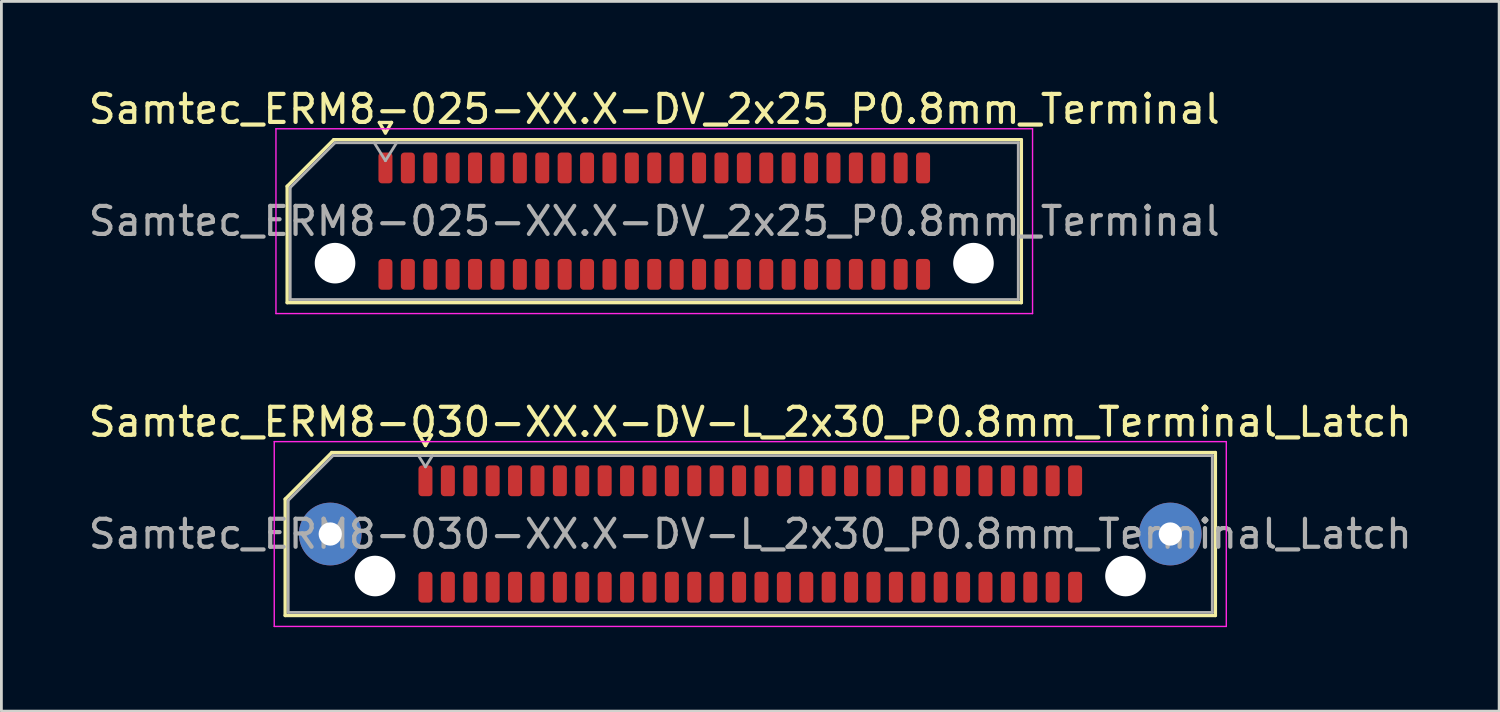
<source format=kicad_pcb>
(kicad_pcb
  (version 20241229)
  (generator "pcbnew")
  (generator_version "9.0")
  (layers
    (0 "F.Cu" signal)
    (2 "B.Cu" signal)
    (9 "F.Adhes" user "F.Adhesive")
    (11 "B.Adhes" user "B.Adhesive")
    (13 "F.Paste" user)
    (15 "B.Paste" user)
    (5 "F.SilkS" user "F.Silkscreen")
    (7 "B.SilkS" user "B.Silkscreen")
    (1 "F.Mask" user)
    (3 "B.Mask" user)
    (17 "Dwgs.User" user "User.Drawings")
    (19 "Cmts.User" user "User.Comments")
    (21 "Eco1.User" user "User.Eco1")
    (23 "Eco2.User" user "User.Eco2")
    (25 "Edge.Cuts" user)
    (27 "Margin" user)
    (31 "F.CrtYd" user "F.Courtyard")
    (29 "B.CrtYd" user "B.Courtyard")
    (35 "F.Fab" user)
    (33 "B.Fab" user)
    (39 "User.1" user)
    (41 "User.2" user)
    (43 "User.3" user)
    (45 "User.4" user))
  (footprint "Samtec_ERM8-025-XX.X-DV_2x25_P0.8mm_Terminal"
    (layer "F.Cu")
    (at 20.315 4.848)
    (property "Reference" "Samtec_ERM8-025-XX.X-DV_2x25_P0.8mm_Terminal" (at 0 -4 0) (layer "F.SilkS") (effects (font (size 1 1) (thickness 0.15))))
    (attr smd)
    (fp_line (start -13.11 -1.246) (end -11.446 -2.91) (stroke (width 0.12) (type solid)) (layer "F.SilkS"))
    (fp_line (start -13.11 2.91) (end -13.11 -1.246) (stroke (width 0.12) (type solid)) (layer "F.SilkS"))
    (fp_line (start -11.446 -2.91) (end 13.11 -2.91) (stroke (width 0.12) (type solid)) (layer "F.SilkS"))
    (fp_line (start -9.817 -3.525) (end -9.6 -3.15) (stroke (width 0.12) (type solid)) (layer "F.SilkS"))
    (fp_line (start -9.6 -3.15) (end -9.383 -3.525) (stroke (width 0.12) (type solid)) (layer "F.SilkS"))
    (fp_line (start -9.383 -3.525) (end -9.817 -3.525) (stroke (width 0.12) (type solid)) (layer "F.SilkS"))
    (fp_line (start 13.11 -2.91) (end 13.11 2.91) (stroke (width 0.12) (type solid)) (layer "F.SilkS"))
    (fp_line (start 13.11 2.91) (end -13.11 2.91) (stroke (width 0.12) (type solid)) (layer "F.SilkS"))
    (fp_line (start -13.51 -3.3) (end -13.51 3.3) (stroke (width 0.05) (type solid)) (layer "F.CrtYd"))
    (fp_line (start -13.51 3.3) (end 13.51 3.3) (stroke (width 0.05) (type solid)) (layer "F.CrtYd"))
    (fp_line (start 13.51 -3.3) (end -13.51 -3.3) (stroke (width 0.05) (type solid)) (layer "F.CrtYd"))
    (fp_line (start 13.51 3.3) (end 13.51 -3.3) (stroke (width 0.05) (type solid)) (layer "F.CrtYd"))
    (fp_line (start -13 -1.2) (end -11.4 -2.8) (stroke (width 0.1) (type solid)) (layer "F.Fab"))
    (fp_line (start -13 2.8) (end -13 -1.2) (stroke (width 0.1) (type solid)) (layer "F.Fab"))
    (fp_line (start -11.4 -2.8) (end 13 -2.8) (stroke (width 0.1) (type solid)) (layer "F.Fab"))
    (fp_line (start -10 -2.8) (end -9.6 -2.16) (stroke (width 0.1) (type solid)) (layer "F.Fab"))
    (fp_line (start -9.6 -2.16) (end -9.2 -2.8) (stroke (width 0.1) (type solid)) (layer "F.Fab"))
    (fp_line (start 13 -2.8) (end 13 2.8) (stroke (width 0.1) (type solid)) (layer "F.Fab"))
    (fp_line (start 13 2.8) (end -13 2.8) (stroke (width 0.1) (type solid)) (layer "F.Fab"))
    (fp_text user "${REFERENCE}" (at 0 0 0) (layer "F.Fab") (effects (font (size 1 1) (thickness 0.15))))
    (pad "" np_thru_hole circle (at -11.4 1.5) (size 1.45 1.45) (drill 1.45) (layers "*.Cu" "*.Mask"))
    (pad "" np_thru_hole circle (at 11.4 1.5) (size 1.45 1.45) (drill 1.45) (layers "*.Cu" "*.Mask"))
    (pad "1" smd roundrect (at -9.6 -1.9) (size 0.5 1.1) (layers "F.Cu" "F.Mask" "F.Paste") (roundrect_rratio 0.25))
    (pad "2" smd roundrect (at -9.6 1.9) (size 0.5 1.1) (layers "F.Cu" "F.Mask" "F.Paste") (roundrect_rratio 0.25))
    (pad "3" smd roundrect (at -8.8 -1.9) (size 0.5 1.1) (layers "F.Cu" "F.Mask" "F.Paste") (roundrect_rratio 0.25))
    (pad "4" smd roundrect (at -8.8 1.9) (size 0.5 1.1) (layers "F.Cu" "F.Mask" "F.Paste") (roundrect_rratio 0.25))
    (pad "5" smd roundrect (at -8 -1.9) (size 0.5 1.1) (layers "F.Cu" "F.Mask" "F.Paste") (roundrect_rratio 0.25))
    (pad "6" smd roundrect (at -8 1.9) (size 0.5 1.1) (layers "F.Cu" "F.Mask" "F.Paste") (roundrect_rratio 0.25))
    (pad "7" smd roundrect (at -7.2 -1.9) (size 0.5 1.1) (layers "F.Cu" "F.Mask" "F.Paste") (roundrect_rratio 0.25))
    (pad "8" smd roundrect (at -7.2 1.9) (size 0.5 1.1) (layers "F.Cu" "F.Mask" "F.Paste") (roundrect_rratio 0.25))
    (pad "9" smd roundrect (at -6.4 -1.9) (size 0.5 1.1) (layers "F.Cu" "F.Mask" "F.Paste") (roundrect_rratio 0.25))
    (pad "10" smd roundrect (at -6.4 1.9) (size 0.5 1.1) (layers "F.Cu" "F.Mask" "F.Paste") (roundrect_rratio 0.25))
    (pad "11" smd roundrect (at -5.6 -1.9) (size 0.5 1.1) (layers "F.Cu" "F.Mask" "F.Paste") (roundrect_rratio 0.25))
    (pad "12" smd roundrect (at -5.6 1.9) (size 0.5 1.1) (layers "F.Cu" "F.Mask" "F.Paste") (roundrect_rratio 0.25))
    (pad "13" smd roundrect (at -4.8 -1.9) (size 0.5 1.1) (layers "F.Cu" "F.Mask" "F.Paste") (roundrect_rratio 0.25))
    (pad "14" smd roundrect (at -4.8 1.9) (size 0.5 1.1) (layers "F.Cu" "F.Mask" "F.Paste") (roundrect_rratio 0.25))
    (pad "15" smd roundrect (at -4 -1.9) (size 0.5 1.1) (layers "F.Cu" "F.Mask" "F.Paste") (roundrect_rratio 0.25))
    (pad "16" smd roundrect (at -4 1.9) (size 0.5 1.1) (layers "F.Cu" "F.Mask" "F.Paste") (roundrect_rratio 0.25))
    (pad "17" smd roundrect (at -3.2 -1.9) (size 0.5 1.1) (layers "F.Cu" "F.Mask" "F.Paste") (roundrect_rratio 0.25))
    (pad "18" smd roundrect (at -3.2 1.9) (size 0.5 1.1) (layers "F.Cu" "F.Mask" "F.Paste") (roundrect_rratio 0.25))
    (pad "19" smd roundrect (at -2.4 -1.9) (size 0.5 1.1) (layers "F.Cu" "F.Mask" "F.Paste") (roundrect_rratio 0.25))
    (pad "20" smd roundrect (at -2.4 1.9) (size 0.5 1.1) (layers "F.Cu" "F.Mask" "F.Paste") (roundrect_rratio 0.25))
    (pad "21" smd roundrect (at -1.6 -1.9) (size 0.5 1.1) (layers "F.Cu" "F.Mask" "F.Paste") (roundrect_rratio 0.25))
    (pad "22" smd roundrect (at -1.6 1.9) (size 0.5 1.1) (layers "F.Cu" "F.Mask" "F.Paste") (roundrect_rratio 0.25))
    (pad "23" smd roundrect (at -0.8 -1.9) (size 0.5 1.1) (layers "F.Cu" "F.Mask" "F.Paste") (roundrect_rratio 0.25))
    (pad "24" smd roundrect (at -0.8 1.9) (size 0.5 1.1) (layers "F.Cu" "F.Mask" "F.Paste") (roundrect_rratio 0.25))
    (pad "25" smd roundrect (at 0 -1.9) (size 0.5 1.1) (layers "F.Cu" "F.Mask" "F.Paste") (roundrect_rratio 0.25))
    (pad "26" smd roundrect (at 0 1.9) (size 0.5 1.1) (layers "F.Cu" "F.Mask" "F.Paste") (roundrect_rratio 0.25))
    (pad "27" smd roundrect (at 0.8 -1.9) (size 0.5 1.1) (layers "F.Cu" "F.Mask" "F.Paste") (roundrect_rratio 0.25))
    (pad "28" smd roundrect (at 0.8 1.9) (size 0.5 1.1) (layers "F.Cu" "F.Mask" "F.Paste") (roundrect_rratio 0.25))
    (pad "29" smd roundrect (at 1.6 -1.9) (size 0.5 1.1) (layers "F.Cu" "F.Mask" "F.Paste") (roundrect_rratio 0.25))
    (pad "30" smd roundrect (at 1.6 1.9) (size 0.5 1.1) (layers "F.Cu" "F.Mask" "F.Paste") (roundrect_rratio 0.25))
    (pad "31" smd roundrect (at 2.4 -1.9) (size 0.5 1.1) (layers "F.Cu" "F.Mask" "F.Paste") (roundrect_rratio 0.25))
    (pad "32" smd roundrect (at 2.4 1.9) (size 0.5 1.1) (layers "F.Cu" "F.Mask" "F.Paste") (roundrect_rratio 0.25))
    (pad "33" smd roundrect (at 3.2 -1.9) (size 0.5 1.1) (layers "F.Cu" "F.Mask" "F.Paste") (roundrect_rratio 0.25))
    (pad "34" smd roundrect (at 3.2 1.9) (size 0.5 1.1) (layers "F.Cu" "F.Mask" "F.Paste") (roundrect_rratio 0.25))
    (pad "35" smd roundrect (at 4 -1.9) (size 0.5 1.1) (layers "F.Cu" "F.Mask" "F.Paste") (roundrect_rratio 0.25))
    (pad "36" smd roundrect (at 4 1.9) (size 0.5 1.1) (layers "F.Cu" "F.Mask" "F.Paste") (roundrect_rratio 0.25))
    (pad "37" smd roundrect (at 4.8 -1.9) (size 0.5 1.1) (layers "F.Cu" "F.Mask" "F.Paste") (roundrect_rratio 0.25))
    (pad "38" smd roundrect (at 4.8 1.9) (size 0.5 1.1) (layers "F.Cu" "F.Mask" "F.Paste") (roundrect_rratio 0.25))
    (pad "39" smd roundrect (at 5.6 -1.9) (size 0.5 1.1) (layers "F.Cu" "F.Mask" "F.Paste") (roundrect_rratio 0.25))
    (pad "40" smd roundrect (at 5.6 1.9) (size 0.5 1.1) (layers "F.Cu" "F.Mask" "F.Paste") (roundrect_rratio 0.25))
    (pad "41" smd roundrect (at 6.4 -1.9) (size 0.5 1.1) (layers "F.Cu" "F.Mask" "F.Paste") (roundrect_rratio 0.25))
    (pad "42" smd roundrect (at 6.4 1.9) (size 0.5 1.1) (layers "F.Cu" "F.Mask" "F.Paste") (roundrect_rratio 0.25))
    (pad "43" smd roundrect (at 7.2 -1.9) (size 0.5 1.1) (layers "F.Cu" "F.Mask" "F.Paste") (roundrect_rratio 0.25))
    (pad "44" smd roundrect (at 7.2 1.9) (size 0.5 1.1) (layers "F.Cu" "F.Mask" "F.Paste") (roundrect_rratio 0.25))
    (pad "45" smd roundrect (at 8 -1.9) (size 0.5 1.1) (layers "F.Cu" "F.Mask" "F.Paste") (roundrect_rratio 0.25))
    (pad "46" smd roundrect (at 8 1.9) (size 0.5 1.1) (layers "F.Cu" "F.Mask" "F.Paste") (roundrect_rratio 0.25))
    (pad "47" smd roundrect (at 8.8 -1.9) (size 0.5 1.1) (layers "F.Cu" "F.Mask" "F.Paste") (roundrect_rratio 0.25))
    (pad "48" smd roundrect (at 8.8 1.9) (size 0.5 1.1) (layers "F.Cu" "F.Mask" "F.Paste") (roundrect_rratio 0.25))
    (pad "49" smd roundrect (at 9.6 -1.9) (size 0.5 1.1) (layers "F.Cu" "F.Mask" "F.Paste") (roundrect_rratio 0.25))
    (pad "50" smd roundrect (at 9.6 1.9) (size 0.5 1.1) (layers "F.Cu" "F.Mask" "F.Paste") (roundrect_rratio 0.25)))
  (footprint "Samtec_ERM8-030-XX.X-DV-L_2x30_P0.8mm_Terminal_Latch"
    (layer "F.Cu")
    (at 23.744 16.021)
    (property "Reference" "Samtec_ERM8-030-XX.X-DV-L_2x30_P0.8mm_Terminal_Latch" (at 0 -4 0) (layer "F.SilkS") (effects (font (size 1 1) (thickness 0.15))))
    (attr smd)
    (fp_line (start -16.61 -1.246) (end -14.946 -2.91) (stroke (width 0.12) (type solid)) (layer "F.SilkS"))
    (fp_line (start -16.61 2.91) (end -16.61 -1.246) (stroke (width 0.12) (type solid)) (layer "F.SilkS"))
    (fp_line (start -14.946 -2.91) (end 16.61 -2.91) (stroke (width 0.12) (type solid)) (layer "F.SilkS"))
    (fp_line (start -11.817 -3.535) (end -11.6 -3.16) (stroke (width 0.12) (type solid)) (layer "F.SilkS"))
    (fp_line (start -11.6 -3.16) (end -11.383 -3.535) (stroke (width 0.12) (type solid)) (layer "F.SilkS"))
    (fp_line (start -11.383 -3.535) (end -11.817 -3.535) (stroke (width 0.12) (type solid)) (layer "F.SilkS"))
    (fp_line (start 16.61 -2.91) (end 16.61 2.91) (stroke (width 0.12) (type solid)) (layer "F.SilkS"))
    (fp_line (start 16.61 2.91) (end -16.61 2.91) (stroke (width 0.12) (type solid)) (layer "F.SilkS"))
    (fp_line (start -17 -3.3) (end -17 3.3) (stroke (width 0.05) (type solid)) (layer "F.CrtYd"))
    (fp_line (start -17 3.3) (end 17 3.3) (stroke (width 0.05) (type solid)) (layer "F.CrtYd"))
    (fp_line (start 17 -3.3) (end -17 -3.3) (stroke (width 0.05) (type solid)) (layer "F.CrtYd"))
    (fp_line (start 17 3.3) (end 17 -3.3) (stroke (width 0.05) (type solid)) (layer "F.CrtYd"))
    (fp_line (start -16.5 -1.2) (end -14.9 -2.8) (stroke (width 0.1) (type solid)) (layer "F.Fab"))
    (fp_line (start -16.5 2.8) (end -16.5 -1.2) (stroke (width 0.1) (type solid)) (layer "F.Fab"))
    (fp_line (start -14.9 -2.8) (end 16.5 -2.8) (stroke (width 0.1) (type solid)) (layer "F.Fab"))
    (fp_line (start -11.6 -2.4) (end -11.85 -2.8) (stroke (width 0.1) (type solid)) (layer "F.Fab"))
    (fp_line (start -11.6 -2.4) (end -11.35 -2.8) (stroke (width 0.1) (type solid)) (layer "F.Fab"))
    (fp_line (start 16.5 -2.8) (end 16.5 2.8) (stroke (width 0.1) (type solid)) (layer "F.Fab"))
    (fp_line (start 16.5 2.8) (end -16.5 2.8) (stroke (width 0.1) (type solid)) (layer "F.Fab"))
    (fp_text user "${REFERENCE}" (at 0 0 0) (layer "F.Fab") (effects (font (size 1 1) (thickness 0.15))))
    (pad "" thru_hole circle (at -15 0) (size 2.24 2.24) (drill 0.83) (layers "*.Cu" "*.Mask" "F.Paste"))
    (pad "" np_thru_hole circle (at -13.4 1.5) (size 1.45 1.45) (drill 1.45) (layers "*.Cu" "*.Mask"))
    (pad "" np_thru_hole circle (at 13.4 1.5) (size 1.45 1.45) (drill 1.45) (layers "*.Cu" "*.Mask"))
    (pad "" thru_hole circle (at 15 0) (size 2.24 2.24) (drill 0.83) (layers "*.Cu" "*.Mask" "F.Paste"))
    (pad "1" smd roundrect (at -11.6 -1.9) (size 0.5 1.1) (layers "F.Cu" "F.Mask" "F.Paste") (roundrect_rratio 0.25))
    (pad "2" smd roundrect (at -11.6 1.9) (size 0.5 1.1) (layers "F.Cu" "F.Mask" "F.Paste") (roundrect_rratio 0.25))
    (pad "3" smd roundrect (at -10.8 -1.9) (size 0.5 1.1) (layers "F.Cu" "F.Mask" "F.Paste") (roundrect_rratio 0.25))
    (pad "4" smd roundrect (at -10.8 1.9) (size 0.5 1.1) (layers "F.Cu" "F.Mask" "F.Paste") (roundrect_rratio 0.25))
    (pad "5" smd roundrect (at -10 -1.9) (size 0.5 1.1) (layers "F.Cu" "F.Mask" "F.Paste") (roundrect_rratio 0.25))
    (pad "6" smd roundrect (at -10 1.9) (size 0.5 1.1) (layers "F.Cu" "F.Mask" "F.Paste") (roundrect_rratio 0.25))
    (pad "7" smd roundrect (at -9.2 -1.9) (size 0.5 1.1) (layers "F.Cu" "F.Mask" "F.Paste") (roundrect_rratio 0.25))
    (pad "8" smd roundrect (at -9.2 1.9) (size 0.5 1.1) (layers "F.Cu" "F.Mask" "F.Paste") (roundrect_rratio 0.25))
    (pad "9" smd roundrect (at -8.4 -1.9) (size 0.5 1.1) (layers "F.Cu" "F.Mask" "F.Paste") (roundrect_rratio 0.25))
    (pad "10" smd roundrect (at -8.4 1.9) (size 0.5 1.1) (layers "F.Cu" "F.Mask" "F.Paste") (roundrect_rratio 0.25))
    (pad "11" smd roundrect (at -7.6 -1.9) (size 0.5 1.1) (layers "F.Cu" "F.Mask" "F.Paste") (roundrect_rratio 0.25))
    (pad "12" smd roundrect (at -7.6 1.9) (size 0.5 1.1) (layers "F.Cu" "F.Mask" "F.Paste") (roundrect_rratio 0.25))
    (pad "13" smd roundrect (at -6.8 -1.9) (size 0.5 1.1) (layers "F.Cu" "F.Mask" "F.Paste") (roundrect_rratio 0.25))
    (pad "14" smd roundrect (at -6.8 1.9) (size 0.5 1.1) (layers "F.Cu" "F.Mask" "F.Paste") (roundrect_rratio 0.25))
    (pad "15" smd roundrect (at -6 -1.9) (size 0.5 1.1) (layers "F.Cu" "F.Mask" "F.Paste") (roundrect_rratio 0.25))
    (pad "16" smd roundrect (at -6 1.9) (size 0.5 1.1) (layers "F.Cu" "F.Mask" "F.Paste") (roundrect_rratio 0.25))
    (pad "17" smd roundrect (at -5.2 -1.9) (size 0.5 1.1) (layers "F.Cu" "F.Mask" "F.Paste") (roundrect_rratio 0.25))
    (pad "18" smd roundrect (at -5.2 1.9) (size 0.5 1.1) (layers "F.Cu" "F.Mask" "F.Paste") (roundrect_rratio 0.25))
    (pad "19" smd roundrect (at -4.4 -1.9) (size 0.5 1.1) (layers "F.Cu" "F.Mask" "F.Paste") (roundrect_rratio 0.25))
    (pad "20" smd roundrect (at -4.4 1.9) (size 0.5 1.1) (layers "F.Cu" "F.Mask" "F.Paste") (roundrect_rratio 0.25))
    (pad "21" smd roundrect (at -3.6 -1.9) (size 0.5 1.1) (layers "F.Cu" "F.Mask" "F.Paste") (roundrect_rratio 0.25))
    (pad "22" smd roundrect (at -3.6 1.9) (size 0.5 1.1) (layers "F.Cu" "F.Mask" "F.Paste") (roundrect_rratio 0.25))
    (pad "23" smd roundrect (at -2.8 -1.9) (size 0.5 1.1) (layers "F.Cu" "F.Mask" "F.Paste") (roundrect_rratio 0.25))
    (pad "24" smd roundrect (at -2.8 1.9) (size 0.5 1.1) (layers "F.Cu" "F.Mask" "F.Paste") (roundrect_rratio 0.25))
    (pad "25" smd roundrect (at -2 -1.9) (size 0.5 1.1) (layers "F.Cu" "F.Mask" "F.Paste") (roundrect_rratio 0.25))
    (pad "26" smd roundrect (at -2 1.9) (size 0.5 1.1) (layers "F.Cu" "F.Mask" "F.Paste") (roundrect_rratio 0.25))
    (pad "27" smd roundrect (at -1.2 -1.9) (size 0.5 1.1) (layers "F.Cu" "F.Mask" "F.Paste") (roundrect_rratio 0.25))
    (pad "28" smd roundrect (at -1.2 1.9) (size 0.5 1.1) (layers "F.Cu" "F.Mask" "F.Paste") (roundrect_rratio 0.25))
    (pad "29" smd roundrect (at -0.4 -1.9) (size 0.5 1.1) (layers "F.Cu" "F.Mask" "F.Paste") (roundrect_rratio 0.25))
    (pad "30" smd roundrect (at -0.4 1.9) (size 0.5 1.1) (layers "F.Cu" "F.Mask" "F.Paste") (roundrect_rratio 0.25))
    (pad "31" smd roundrect (at 0.4 -1.9) (size 0.5 1.1) (layers "F.Cu" "F.Mask" "F.Paste") (roundrect_rratio 0.25))
    (pad "32" smd roundrect (at 0.4 1.9) (size 0.5 1.1) (layers "F.Cu" "F.Mask" "F.Paste") (roundrect_rratio 0.25))
    (pad "33" smd roundrect (at 1.2 -1.9) (size 0.5 1.1) (layers "F.Cu" "F.Mask" "F.Paste") (roundrect_rratio 0.25))
    (pad "34" smd roundrect (at 1.2 1.9) (size 0.5 1.1) (layers "F.Cu" "F.Mask" "F.Paste") (roundrect_rratio 0.25))
    (pad "35" smd roundrect (at 2 -1.9) (size 0.5 1.1) (layers "F.Cu" "F.Mask" "F.Paste") (roundrect_rratio 0.25))
    (pad "36" smd roundrect (at 2 1.9) (size 0.5 1.1) (layers "F.Cu" "F.Mask" "F.Paste") (roundrect_rratio 0.25))
    (pad "37" smd roundrect (at 2.8 -1.9) (size 0.5 1.1) (layers "F.Cu" "F.Mask" "F.Paste") (roundrect_rratio 0.25))
    (pad "38" smd roundrect (at 2.8 1.9) (size 0.5 1.1) (layers "F.Cu" "F.Mask" "F.Paste") (roundrect_rratio 0.25))
    (pad "39" smd roundrect (at 3.6 -1.9) (size 0.5 1.1) (layers "F.Cu" "F.Mask" "F.Paste") (roundrect_rratio 0.25))
    (pad "40" smd roundrect (at 3.6 1.9) (size 0.5 1.1) (layers "F.Cu" "F.Mask" "F.Paste") (roundrect_rratio 0.25))
    (pad "41" smd roundrect (at 4.4 -1.9) (size 0.5 1.1) (layers "F.Cu" "F.Mask" "F.Paste") (roundrect_rratio 0.25))
    (pad "42" smd roundrect (at 4.4 1.9) (size 0.5 1.1) (layers "F.Cu" "F.Mask" "F.Paste") (roundrect_rratio 0.25))
    (pad "43" smd roundrect (at 5.2 -1.9) (size 0.5 1.1) (layers "F.Cu" "F.Mask" "F.Paste") (roundrect_rratio 0.25))
    (pad "44" smd roundrect (at 5.2 1.9) (size 0.5 1.1) (layers "F.Cu" "F.Mask" "F.Paste") (roundrect_rratio 0.25))
    (pad "45" smd roundrect (at 6 -1.9) (size 0.5 1.1) (layers "F.Cu" "F.Mask" "F.Paste") (roundrect_rratio 0.25))
    (pad "46" smd roundrect (at 6 1.9) (size 0.5 1.1) (layers "F.Cu" "F.Mask" "F.Paste") (roundrect_rratio 0.25))
    (pad "47" smd roundrect (at 6.8 -1.9) (size 0.5 1.1) (layers "F.Cu" "F.Mask" "F.Paste") (roundrect_rratio 0.25))
    (pad "48" smd roundrect (at 6.8 1.9) (size 0.5 1.1) (layers "F.Cu" "F.Mask" "F.Paste") (roundrect_rratio 0.25))
    (pad "49" smd roundrect (at 7.6 -1.9) (size 0.5 1.1) (layers "F.Cu" "F.Mask" "F.Paste") (roundrect_rratio 0.25))
    (pad "50" smd roundrect (at 7.6 1.9) (size 0.5 1.1) (layers "F.Cu" "F.Mask" "F.Paste") (roundrect_rratio 0.25))
    (pad "51" smd roundrect (at 8.4 -1.9) (size 0.5 1.1) (layers "F.Cu" "F.Mask" "F.Paste") (roundrect_rratio 0.25))
    (pad "52" smd roundrect (at 8.4 1.9) (size 0.5 1.1) (layers "F.Cu" "F.Mask" "F.Paste") (roundrect_rratio 0.25))
    (pad "53" smd roundrect (at 9.2 -1.9) (size 0.5 1.1) (layers "F.Cu" "F.Mask" "F.Paste") (roundrect_rratio 0.25))
    (pad "54" smd roundrect (at 9.2 1.9) (size 0.5 1.1) (layers "F.Cu" "F.Mask" "F.Paste") (roundrect_rratio 0.25))
    (pad "55" smd roundrect (at 10 -1.9) (size 0.5 1.1) (layers "F.Cu" "F.Mask" "F.Paste") (roundrect_rratio 0.25))
    (pad "56" smd roundrect (at 10 1.9) (size 0.5 1.1) (layers "F.Cu" "F.Mask" "F.Paste") (roundrect_rratio 0.25))
    (pad "57" smd roundrect (at 10.8 -1.9) (size 0.5 1.1) (layers "F.Cu" "F.Mask" "F.Paste") (roundrect_rratio 0.25))
    (pad "58" smd roundrect (at 10.8 1.9) (size 0.5 1.1) (layers "F.Cu" "F.Mask" "F.Paste") (roundrect_rratio 0.25))
    (pad "59" smd roundrect (at 11.6 -1.9) (size 0.5 1.1) (layers "F.Cu" "F.Mask" "F.Paste") (roundrect_rratio 0.25))
    (pad "60" smd roundrect (at 11.6 1.9) (size 0.5 1.1) (layers "F.Cu" "F.Mask" "F.Paste") (roundrect_rratio 0.25)))
  (gr_rect
    (start -3 -3)
    (end 50.488 22.346)
    (stroke (width 0.1) (type default))
    (fill no)
    (layer "Edge.Cuts")))
</source>
